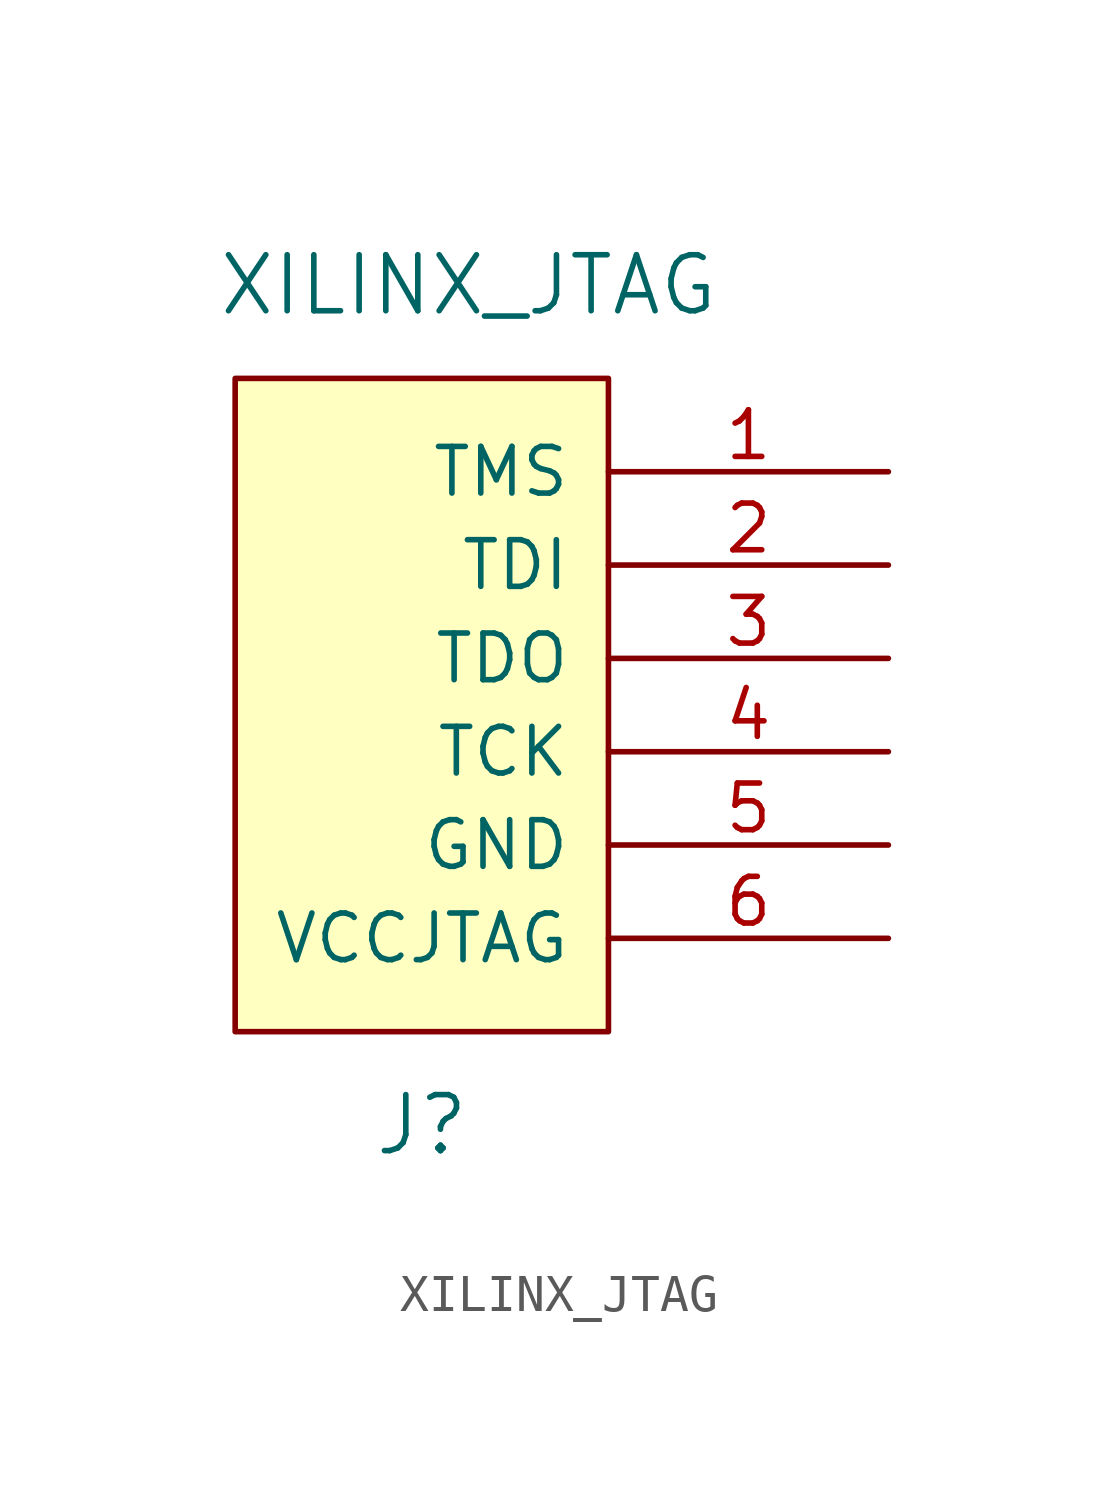
<source format=kicad_sym>
(kicad_symbol_lib
  (version 20211014)
  (generator kicad_symbol_editor)
  (symbol "XILINX_JTAG"
    (pin_names
      (offset 1.016))
    (property "Reference" "J"
      (at -5.08 -10.16 0)
      (effects (font (size 1.524 1.524))))
    (property "Value" "XILINX_JTAG"
      (at -3.81 12.7 0)
      (effects (font (size 1.524 1.524))))
    (property "Datasheet" ""
      (at 5.08 -2.54 0)
      (effects (font (size 1.524 1.524))))
    (symbol "XILINX_JTAG_0_1"
      (rectangle (start 0 -7.62) (end -10.16 10.16) (stroke (width 0) (type default) (color 0 0 0 0)) (fill (type background))))
    (symbol "XILINX_JTAG_1_1"
      (pin passive line (at 7.62 7.62 180) (length 7.62) (name "TMS" (effects (font (size 1.27 1.27)))) (number "1" (effects (font (size 1.27 1.27)))))
      (pin passive line (at 7.62 5.08 180) (length 7.62) (name "TDI" (effects (font (size 1.27 1.27)))) (number "2" (effects (font (size 1.27 1.27)))))
      (pin passive line (at 7.62 2.54 180) (length 7.62) (name "TDO" (effects (font (size 1.27 1.27)))) (number "3" (effects (font (size 1.27 1.27)))))
      (pin passive line (at 7.62 0 180) (length 7.62) (name "TCK" (effects (font (size 1.27 1.27)))) (number "4" (effects (font (size 1.27 1.27)))))
      (pin power_in line (at 7.62 -2.54 180) (length 7.62) (name "GND" (effects (font (size 1.27 1.27)))) (number "5" (effects (font (size 1.27 1.27)))))
      (pin power_in line (at 7.62 -5.08 180) (length 7.62) (name "VCCJTAG" (effects (font (size 1.27 1.27)))) (number "6" (effects (font (size 1.27 1.27))))))))
</source>
